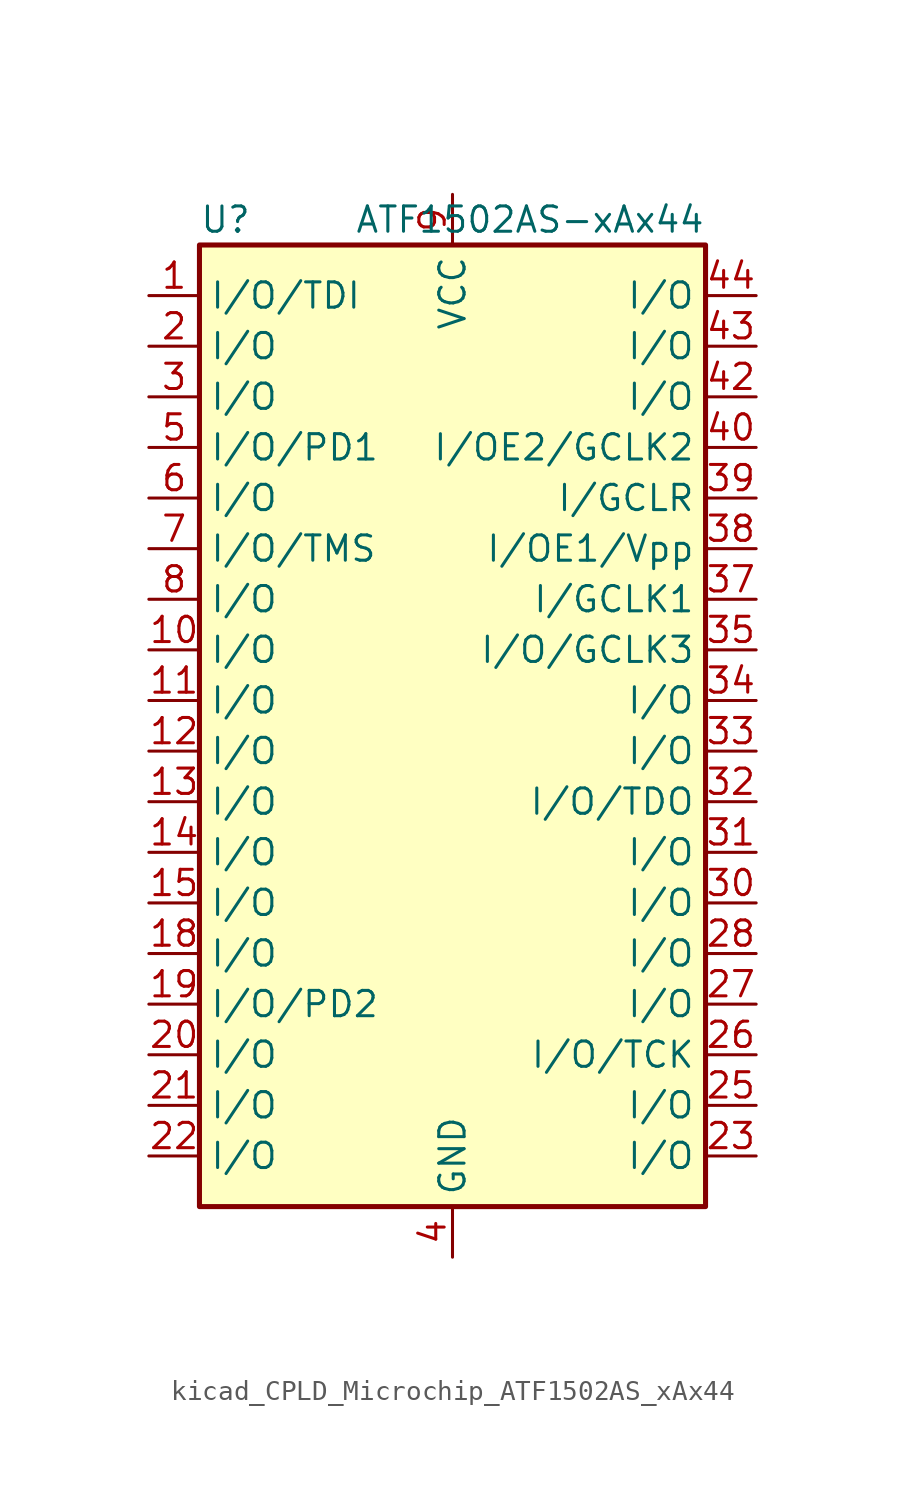
<source format=kicad_sym>
(kicad_symbol_lib
  (version 20220914)
  (generator kicad_symbol_editor)
  (symbol "kicad_CPLD_Microchip_ATF1502AS_xAx44"
    (property "Reference" "U"
      (at -12.7 24.13 0)
      (effects (font (size 1.27 1.27)) (justify left)))
    (property "Value" "ATF1502AS-xAx44"
      (at 12.7 24.13 0)
      (effects (font (size 1.27 1.27)) (justify right)))
    (symbol "kicad_CPLD_Microchip_ATF1502AS_xAx44_0_1"
      (rectangle (start -12.7 22.86) (end 12.7 -25.4) (stroke (width 0.254) (type default)) (fill (type background))))
    (symbol "kicad_CPLD_Microchip_ATF1502AS_xAx44_1_1"
      (pin bidirectional line (at -15.24 20.32 0) (length 2.54) (name "I/O/TDI" (effects (font (size 1.27 1.27)))) (number "1" (effects (font (size 1.27 1.27)))))
      (pin bidirectional line (at -15.24 2.54 0) (length 2.54) (name "I/O" (effects (font (size 1.27 1.27)))) (number "10" (effects (font (size 1.27 1.27)))))
      (pin bidirectional line (at -15.24 0 0) (length 2.54) (name "I/O" (effects (font (size 1.27 1.27)))) (number "11" (effects (font (size 1.27 1.27)))))
      (pin bidirectional line (at -15.24 -2.54 0) (length 2.54) (name "I/O" (effects (font (size 1.27 1.27)))) (number "12" (effects (font (size 1.27 1.27)))))
      (pin bidirectional line (at -15.24 -5.08 0) (length 2.54) (name "I/O" (effects (font (size 1.27 1.27)))) (number "13" (effects (font (size 1.27 1.27)))))
      (pin bidirectional line (at -15.24 -7.62 0) (length 2.54) (name "I/O" (effects (font (size 1.27 1.27)))) (number "14" (effects (font (size 1.27 1.27)))))
      (pin bidirectional line (at -15.24 -10.16 0) (length 2.54) (name "I/O" (effects (font (size 1.27 1.27)))) (number "15" (effects (font (size 1.27 1.27)))))
      (pin passive line (at 0 -27.94 90) (length 2.54) hide (name "GND" (effects (font (size 1.27 1.27)))) (number "16" (effects (font (size 1.27 1.27)))))
      (pin passive line (at 0 25.4 270) (length 2.54) hide (name "VCC" (effects (font (size 1.27 1.27)))) (number "17" (effects (font (size 1.27 1.27)))))
      (pin bidirectional line (at -15.24 -12.7 0) (length 2.54) (name "I/O" (effects (font (size 1.27 1.27)))) (number "18" (effects (font (size 1.27 1.27)))))
      (pin bidirectional line (at -15.24 -15.24 0) (length 2.54) (name "I/O/PD2" (effects (font (size 1.27 1.27)))) (number "19" (effects (font (size 1.27 1.27)))))
      (pin bidirectional line (at -15.24 17.78 0) (length 2.54) (name "I/O" (effects (font (size 1.27 1.27)))) (number "2" (effects (font (size 1.27 1.27)))))
      (pin bidirectional line (at -15.24 -17.78 0) (length 2.54) (name "I/O" (effects (font (size 1.27 1.27)))) (number "20" (effects (font (size 1.27 1.27)))))
      (pin bidirectional line (at -15.24 -20.32 0) (length 2.54) (name "I/O" (effects (font (size 1.27 1.27)))) (number "21" (effects (font (size 1.27 1.27)))))
      (pin bidirectional line (at -15.24 -22.86 0) (length 2.54) (name "I/O" (effects (font (size 1.27 1.27)))) (number "22" (effects (font (size 1.27 1.27)))))
      (pin bidirectional line (at 15.24 -22.86 180) (length 2.54) (name "I/O" (effects (font (size 1.27 1.27)))) (number "23" (effects (font (size 1.27 1.27)))))
      (pin passive line (at 0 -27.94 90) (length 2.54) hide (name "GND" (effects (font (size 1.27 1.27)))) (number "24" (effects (font (size 1.27 1.27)))))
      (pin bidirectional line (at 15.24 -20.32 180) (length 2.54) (name "I/O" (effects (font (size 1.27 1.27)))) (number "25" (effects (font (size 1.27 1.27)))))
      (pin bidirectional line (at 15.24 -17.78 180) (length 2.54) (name "I/O/TCK" (effects (font (size 1.27 1.27)))) (number "26" (effects (font (size 1.27 1.27)))))
      (pin bidirectional line (at 15.24 -15.24 180) (length 2.54) (name "I/O" (effects (font (size 1.27 1.27)))) (number "27" (effects (font (size 1.27 1.27)))))
      (pin bidirectional line (at 15.24 -12.7 180) (length 2.54) (name "I/O" (effects (font (size 1.27 1.27)))) (number "28" (effects (font (size 1.27 1.27)))))
      (pin passive line (at 0 25.4 270) (length 2.54) hide (name "VCC" (effects (font (size 1.27 1.27)))) (number "29" (effects (font (size 1.27 1.27)))))
      (pin bidirectional line (at -15.24 15.24 0) (length 2.54) (name "I/O" (effects (font (size 1.27 1.27)))) (number "3" (effects (font (size 1.27 1.27)))))
      (pin bidirectional line (at 15.24 -10.16 180) (length 2.54) (name "I/O" (effects (font (size 1.27 1.27)))) (number "30" (effects (font (size 1.27 1.27)))))
      (pin bidirectional line (at 15.24 -7.62 180) (length 2.54) (name "I/O" (effects (font (size 1.27 1.27)))) (number "31" (effects (font (size 1.27 1.27)))))
      (pin bidirectional line (at 15.24 -5.08 180) (length 2.54) (name "I/O/TDO" (effects (font (size 1.27 1.27)))) (number "32" (effects (font (size 1.27 1.27)))))
      (pin bidirectional line (at 15.24 -2.54 180) (length 2.54) (name "I/O" (effects (font (size 1.27 1.27)))) (number "33" (effects (font (size 1.27 1.27)))))
      (pin bidirectional line (at 15.24 0 180) (length 2.54) (name "I/O" (effects (font (size 1.27 1.27)))) (number "34" (effects (font (size 1.27 1.27)))))
      (pin bidirectional line (at 15.24 2.54 180) (length 2.54) (name "I/O/GCLK3" (effects (font (size 1.27 1.27)))) (number "35" (effects (font (size 1.27 1.27)))))
      (pin passive line (at 0 -27.94 90) (length 2.54) hide (name "GND" (effects (font (size 1.27 1.27)))) (number "36" (effects (font (size 1.27 1.27)))))
      (pin input line (at 15.24 5.08 180) (length 2.54) (name "I/GCLK1" (effects (font (size 1.27 1.27)))) (number "37" (effects (font (size 1.27 1.27)))))
      (pin input line (at 15.24 7.62 180) (length 2.54) (name "I/OE1/Vpp" (effects (font (size 1.27 1.27)))) (number "38" (effects (font (size 1.27 1.27)))))
      (pin input line (at 15.24 10.16 180) (length 2.54) (name "I/GCLR" (effects (font (size 1.27 1.27)))) (number "39" (effects (font (size 1.27 1.27)))))
      (pin power_in line (at 0 -27.94 90) (length 2.54) (name "GND" (effects (font (size 1.27 1.27)))) (number "4" (effects (font (size 1.27 1.27)))))
      (pin input line (at 15.24 12.7 180) (length 2.54) (name "I/OE2/GCLK2" (effects (font (size 1.27 1.27)))) (number "40" (effects (font (size 1.27 1.27)))))
      (pin passive line (at 0 25.4 270) (length 2.54) hide (name "VCC" (effects (font (size 1.27 1.27)))) (number "41" (effects (font (size 1.27 1.27)))))
      (pin bidirectional line (at 15.24 15.24 180) (length 2.54) (name "I/O" (effects (font (size 1.27 1.27)))) (number "42" (effects (font (size 1.27 1.27)))))
      (pin bidirectional line (at 15.24 17.78 180) (length 2.54) (name "I/O" (effects (font (size 1.27 1.27)))) (number "43" (effects (font (size 1.27 1.27)))))
      (pin bidirectional line (at 15.24 20.32 180) (length 2.54) (name "I/O" (effects (font (size 1.27 1.27)))) (number "44" (effects (font (size 1.27 1.27)))))
      (pin bidirectional line (at -15.24 12.7 0) (length 2.54) (name "I/O/PD1" (effects (font (size 1.27 1.27)))) (number "5" (effects (font (size 1.27 1.27)))))
      (pin bidirectional line (at -15.24 10.16 0) (length 2.54) (name "I/O" (effects (font (size 1.27 1.27)))) (number "6" (effects (font (size 1.27 1.27)))))
      (pin bidirectional line (at -15.24 7.62 0) (length 2.54) (name "I/O/TMS" (effects (font (size 1.27 1.27)))) (number "7" (effects (font (size 1.27 1.27)))))
      (pin bidirectional line (at -15.24 5.08 0) (length 2.54) (name "I/O" (effects (font (size 1.27 1.27)))) (number "8" (effects (font (size 1.27 1.27)))))
      (pin power_in line (at 0 25.4 270) (length 2.54) (name "VCC" (effects (font (size 1.27 1.27)))) (number "9" (effects (font (size 1.27 1.27))))))))
</source>
